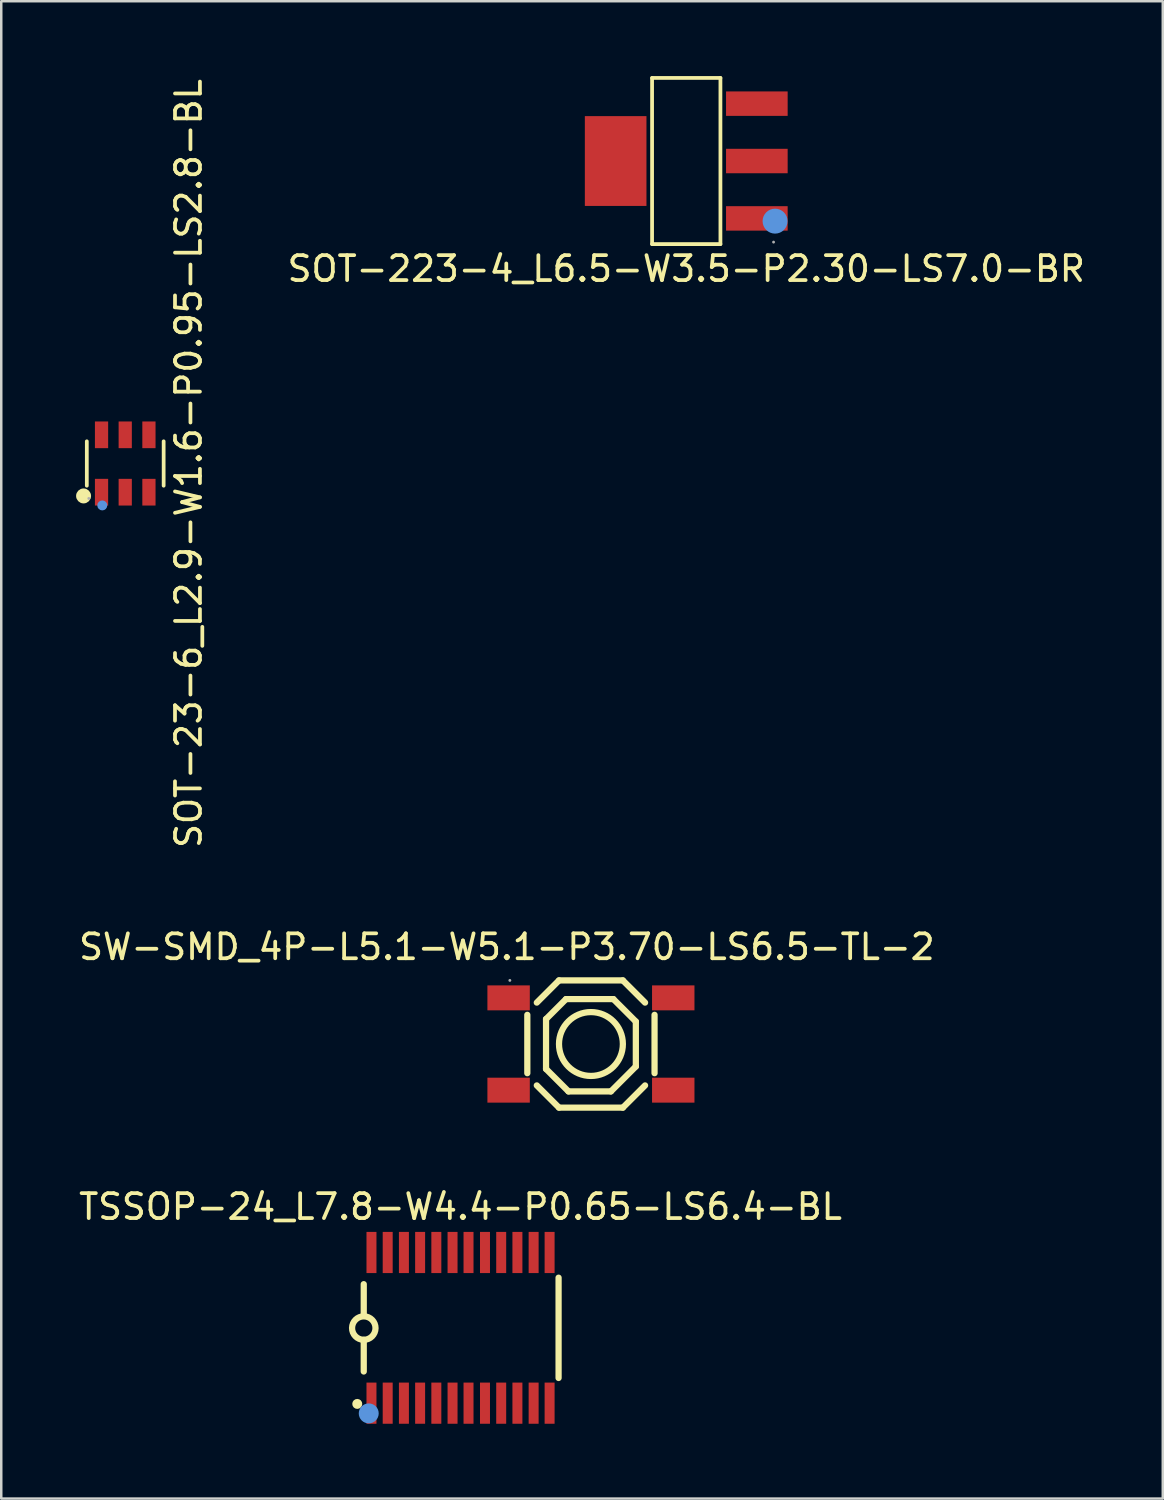
<source format=kicad_pcb>
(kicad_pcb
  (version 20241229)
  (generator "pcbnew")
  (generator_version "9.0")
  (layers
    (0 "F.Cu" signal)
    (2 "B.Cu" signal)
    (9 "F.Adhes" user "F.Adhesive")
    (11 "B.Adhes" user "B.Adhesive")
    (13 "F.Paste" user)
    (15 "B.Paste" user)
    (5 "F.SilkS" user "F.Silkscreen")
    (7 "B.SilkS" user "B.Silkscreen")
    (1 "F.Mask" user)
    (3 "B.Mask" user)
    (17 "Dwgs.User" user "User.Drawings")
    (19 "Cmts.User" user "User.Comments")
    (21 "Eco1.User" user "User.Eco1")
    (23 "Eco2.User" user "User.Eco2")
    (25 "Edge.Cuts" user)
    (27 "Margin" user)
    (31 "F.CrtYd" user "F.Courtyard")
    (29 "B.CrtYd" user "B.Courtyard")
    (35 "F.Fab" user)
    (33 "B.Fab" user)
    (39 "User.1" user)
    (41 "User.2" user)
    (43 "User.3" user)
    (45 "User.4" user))
  (footprint "SOT-223-4_L6.5-W3.5-P2.30-LS7.0-BR"
    (layer "F.Cu")
    (at 24.459 3.405)
    (property "Reference" "SOT-223-4_L6.5-W3.5-P2.30-LS7.0-BR" (at 0 4.318 180) (layer "F.SilkS") (effects (font (size 1 1) (thickness 0.15))))
    (attr smd)
    (fp_line (start -1.37 -3.33) (end 1.37 -3.33) (stroke (width 0.15) (type solid)) (layer "F.SilkS"))
    (fp_line (start -1.37 3.33) (end -1.37 -3.33) (stroke (width 0.15) (type solid)) (layer "F.SilkS"))
    (fp_line (start 1.37 -3.33) (end 1.37 3.33) (stroke (width 0.15) (type solid)) (layer "F.SilkS"))
    (fp_line (start 1.37 3.33) (end -1.37 3.33) (stroke (width 0.15) (type solid)) (layer "F.SilkS"))
    (fp_circle (center 3.56 2.41) (end 3.81 2.41) (stroke (width 0.5) (type solid)) (fill no) (layer "Cmts.User"))
    (fp_circle (center 3.5 3.25) (end 3.53 3.25) (stroke (width 0.06) (type solid)) (fill no) (layer "F.Fab"))
    (pad "1" smd rect (at 2.83 2.3) (size 2.47 0.98) (layers "F.Cu" "F.Mask" "F.Paste"))
    (pad "2" smd rect (at 2.83 0) (size 2.47 0.98) (layers "F.Cu" "F.Mask" "F.Paste"))
    (pad "3" smd rect (at 2.83 -2.3) (size 2.47 0.98) (layers "F.Cu" "F.Mask" "F.Paste"))
    (pad "4" smd rect (at -2.83 0) (size 2.47 3.6) (layers "F.Cu" "F.Mask" "F.Paste")))
  (footprint "SW-SMD_4P-L5.1-W5.1-P3.70-LS6.5-TL-2"
    (layer "F.Cu")
    (at 20.638 38.8)
    (property "Reference" "SW-SMD_4P-L5.1-W5.1-P3.70-LS6.5-TL-2" (at -3.37 -3.892 0) (layer "F.SilkS") (effects (font (size 1 1) (thickness 0.15))))
    (attr smd)
    (fp_line (start -2.55 -1.17) (end -2.55 1.17) (stroke (width 0.25) (type solid)) (layer "F.SilkS"))
    (fp_line (start -2.17 1.66) (end -1.28 2.55) (stroke (width 0.25) (type solid)) (layer "F.SilkS"))
    (fp_line (start -1.8 -1) (end -1 -1.8) (stroke (width 0.25) (type solid)) (layer "F.SilkS"))
    (fp_line (start -1.8 1) (end -1.8 -1) (stroke (width 0.25) (type solid)) (layer "F.SilkS"))
    (fp_line (start -1.28 -2.55) (end -2.17 -1.66) (stroke (width 0.25) (type solid)) (layer "F.SilkS"))
    (fp_line (start -1.28 -2.55) (end 1.28 -2.55) (stroke (width 0.25) (type solid)) (layer "F.SilkS"))
    (fp_line (start -1.28 2.55) (end 1.28 2.55) (stroke (width 0.25) (type solid)) (layer "F.SilkS"))
    (fp_line (start -1 -1.8) (end 0.9 -1.8) (stroke (width 0.25) (type solid)) (layer "F.SilkS"))
    (fp_line (start -0.9 1.9) (end -1.8 1) (stroke (width 0.25) (type solid)) (layer "F.SilkS"))
    (fp_line (start 0.8 1.9) (end -0.9 1.9) (stroke (width 0.25) (type solid)) (layer "F.SilkS"))
    (fp_line (start 0.9 -1.8) (end 1.8 -0.9) (stroke (width 0.25) (type solid)) (layer "F.SilkS"))
    (fp_line (start 1.28 -2.55) (end 2.17 -1.66) (stroke (width 0.25) (type solid)) (layer "F.SilkS"))
    (fp_line (start 1.8 -0.9) (end 1.8 0.9) (stroke (width 0.25) (type solid)) (layer "F.SilkS"))
    (fp_line (start 1.8 0.9) (end 0.8 1.9) (stroke (width 0.25) (type solid)) (layer "F.SilkS"))
    (fp_line (start 2.17 1.66) (end 1.28 2.55) (stroke (width 0.25) (type solid)) (layer "F.SilkS"))
    (fp_line (start 2.55 -1.17) (end 2.55 1.17) (stroke (width 0.25) (type solid)) (layer "F.SilkS"))
    (fp_circle (center 0 0) (end 1.28 0) (stroke (width 0.25) (type solid)) (fill no) (layer "F.SilkS"))
    (fp_circle (center -3.25 -2.55) (end -3.22 -2.55) (stroke (width 0.06) (type solid)) (fill no) (layer "F.Fab"))
    (pad "1" smd rect (at -3.3 -1.85) (size 1.7 1) (layers "F.Cu" "F.Mask" "F.Paste"))
    (pad "2" smd rect (at 3.3 -1.85) (size 1.7 1) (layers "F.Cu" "F.Mask" "F.Paste"))
    (pad "3" smd rect (at -3.3 1.85) (size 1.7 1) (layers "F.Cu" "F.Mask" "F.Paste"))
    (pad "4" smd rect (at 3.3 1.85) (size 1.7 1) (layers "F.Cu" "F.Mask" "F.Paste")))
  (footprint "TSSOP-24_L7.8-W4.4-P0.65-LS6.4-BL"
    (layer "F.Cu")
    (at 15.411 50.177)
    (property "Reference" "TSSOP-24_L7.8-W4.4-P0.65-LS6.4-BL" (at 0 -4.854 180) (layer "F.SilkS") (effects (font (size 1 1) (thickness 0.15))))
    (attr smd)
    (fp_line (start -3.88 -0.48) (end -3.88 -1.75) (stroke (width 0.25) (type solid)) (layer "F.SilkS"))
    (fp_line (start -3.88 1.75) (end -3.88 0.48) (stroke (width 0.25) (type solid)) (layer "F.SilkS"))
    (fp_line (start 3.93 -2.01) (end 3.93 2.01) (stroke (width 0.25) (type solid)) (layer "F.SilkS"))
    (fp_arc (start -3.888203 0.479928) (mid -3.87585 -0.459982) (end -3.88 0.48) (stroke (width 0.25) (type solid)) (layer "F.SilkS"))
    (fp_circle (center -4.14 3.05) (end -4.04 3.05) (stroke (width 0.2) (type solid)) (fill no) (layer "F.SilkS"))
    (fp_circle (center -3.68 3.43) (end -3.48 3.43) (stroke (width 0.4) (type solid)) (fill no) (layer "Cmts.User"))
    (fp_circle (center -3.9 3.19) (end -3.87 3.19) (stroke (width 0.06) (type solid)) (fill no) (layer "F.Fab"))
    (pad "1" smd rect (at -3.57 3.02) (size 0.4 1.65) (layers "F.Cu" "F.Mask" "F.Paste"))
    (pad "2" smd rect (at -2.92 3.02) (size 0.4 1.65) (layers "F.Cu" "F.Mask" "F.Paste"))
    (pad "3" smd rect (at -2.27 3.02) (size 0.4 1.65) (layers "F.Cu" "F.Mask" "F.Paste"))
    (pad "4" smd rect (at -1.62 3.02) (size 0.4 1.65) (layers "F.Cu" "F.Mask" "F.Paste"))
    (pad "5" smd rect (at -0.97 3.02) (size 0.4 1.65) (layers "F.Cu" "F.Mask" "F.Paste"))
    (pad "6" smd rect (at -0.32 3.02) (size 0.4 1.65) (layers "F.Cu" "F.Mask" "F.Paste"))
    (pad "7" smd rect (at 0.32 3.02) (size 0.4 1.65) (layers "F.Cu" "F.Mask" "F.Paste"))
    (pad "8" smd rect (at 0.98 3.02) (size 0.4 1.65) (layers "F.Cu" "F.Mask" "F.Paste"))
    (pad "9" smd rect (at 1.63 3.02) (size 0.4 1.65) (layers "F.Cu" "F.Mask" "F.Paste"))
    (pad "10" smd rect (at 2.28 3.02) (size 0.4 1.65) (layers "F.Cu" "F.Mask" "F.Paste"))
    (pad "11" smd rect (at 2.93 3.02) (size 0.4 1.65) (layers "F.Cu" "F.Mask" "F.Paste"))
    (pad "12" smd rect (at 3.57 3.02) (size 0.4 1.65) (layers "F.Cu" "F.Mask" "F.Paste"))
    (pad "13" smd rect (at 3.57 -3.02) (size 0.4 1.65) (layers "F.Cu" "F.Mask" "F.Paste"))
    (pad "14" smd rect (at 2.93 -3.02) (size 0.4 1.65) (layers "F.Cu" "F.Mask" "F.Paste"))
    (pad "15" smd rect (at 2.28 -3.02) (size 0.4 1.65) (layers "F.Cu" "F.Mask" "F.Paste"))
    (pad "16" smd rect (at 1.63 -3.02) (size 0.4 1.65) (layers "F.Cu" "F.Mask" "F.Paste"))
    (pad "17" smd rect (at 0.98 -3.02) (size 0.4 1.65) (layers "F.Cu" "F.Mask" "F.Paste"))
    (pad "18" smd rect (at 0.32 -3.02) (size 0.4 1.65) (layers "F.Cu" "F.Mask" "F.Paste"))
    (pad "19" smd rect (at -0.32 -3.02) (size 0.4 1.65) (layers "F.Cu" "F.Mask" "F.Paste"))
    (pad "20" smd rect (at -0.97 -3.02) (size 0.4 1.65) (layers "F.Cu" "F.Mask" "F.Paste"))
    (pad "21" smd rect (at -1.62 -3.02) (size 0.4 1.65) (layers "F.Cu" "F.Mask" "F.Paste"))
    (pad "22" smd rect (at -2.27 -3.02) (size 0.4 1.65) (layers "F.Cu" "F.Mask" "F.Paste"))
    (pad "23" smd rect (at -2.92 -3.02) (size 0.4 1.65) (layers "F.Cu" "F.Mask" "F.Paste"))
    (pad "24" smd rect (at -3.57 -3.02) (size 0.4 1.65) (layers "F.Cu" "F.Mask" "F.Paste")))
  (footprint "SOT-23-6_L2.9-W1.6-P0.95-LS2.8-BL"
    (layer "F.Cu")
    (at 1.97 15.53)
    (property "Reference" "SOT-23-6_L2.9-W1.6-P0.95-LS2.8-BL" (at 2.54 0 90) (layer "F.SilkS") (effects (font (size 1 1) (thickness 0.15))))
    (attr smd)
    (fp_line (start -1.54 0.89) (end -1.54 -0.89) (stroke (width 0.15) (type solid)) (layer "F.SilkS"))
    (fp_line (start 1.54 0.89) (end 1.54 -0.89) (stroke (width 0.15) (type solid)) (layer "F.SilkS"))
    (fp_circle (center -1.67 1.3) (end -1.52 1.3) (stroke (width 0.3) (type solid)) (fill no) (layer "F.SilkS"))
    (fp_circle (center -0.92 1.68) (end -0.82 1.68) (stroke (width 0.2) (type solid)) (fill no) (layer "Cmts.User"))
    (fp_circle (center -1.46 1.4) (end -1.43 1.4) (stroke (width 0.06) (type solid)) (fill no) (layer "F.Fab"))
    (pad "1" smd rect (at -0.95 1.15) (size 0.53 1.07) (layers "F.Cu" "F.Mask" "F.Paste"))
    (pad "2" smd rect (at 0 1.15) (size 0.53 1.07) (layers "F.Cu" "F.Mask" "F.Paste"))
    (pad "3" smd rect (at 0.95 1.15) (size 0.53 1.07) (layers "F.Cu" "F.Mask" "F.Paste"))
    (pad "4" smd rect (at 0.95 -1.15) (size 0.53 1.07) (layers "F.Cu" "F.Mask" "F.Paste"))
    (pad "5" smd rect (at 0 -1.15) (size 0.53 1.07) (layers "F.Cu" "F.Mask" "F.Paste"))
    (pad "6" smd rect (at -0.95 -1.15) (size 0.53 1.07) (layers "F.Cu" "F.Mask" "F.Paste")))
  (gr_rect
    (start -3 -3)
    (end 43.561 57.022)
    (stroke (width 0.1) (type default))
    (fill no)
    (layer "Edge.Cuts")))
</source>
